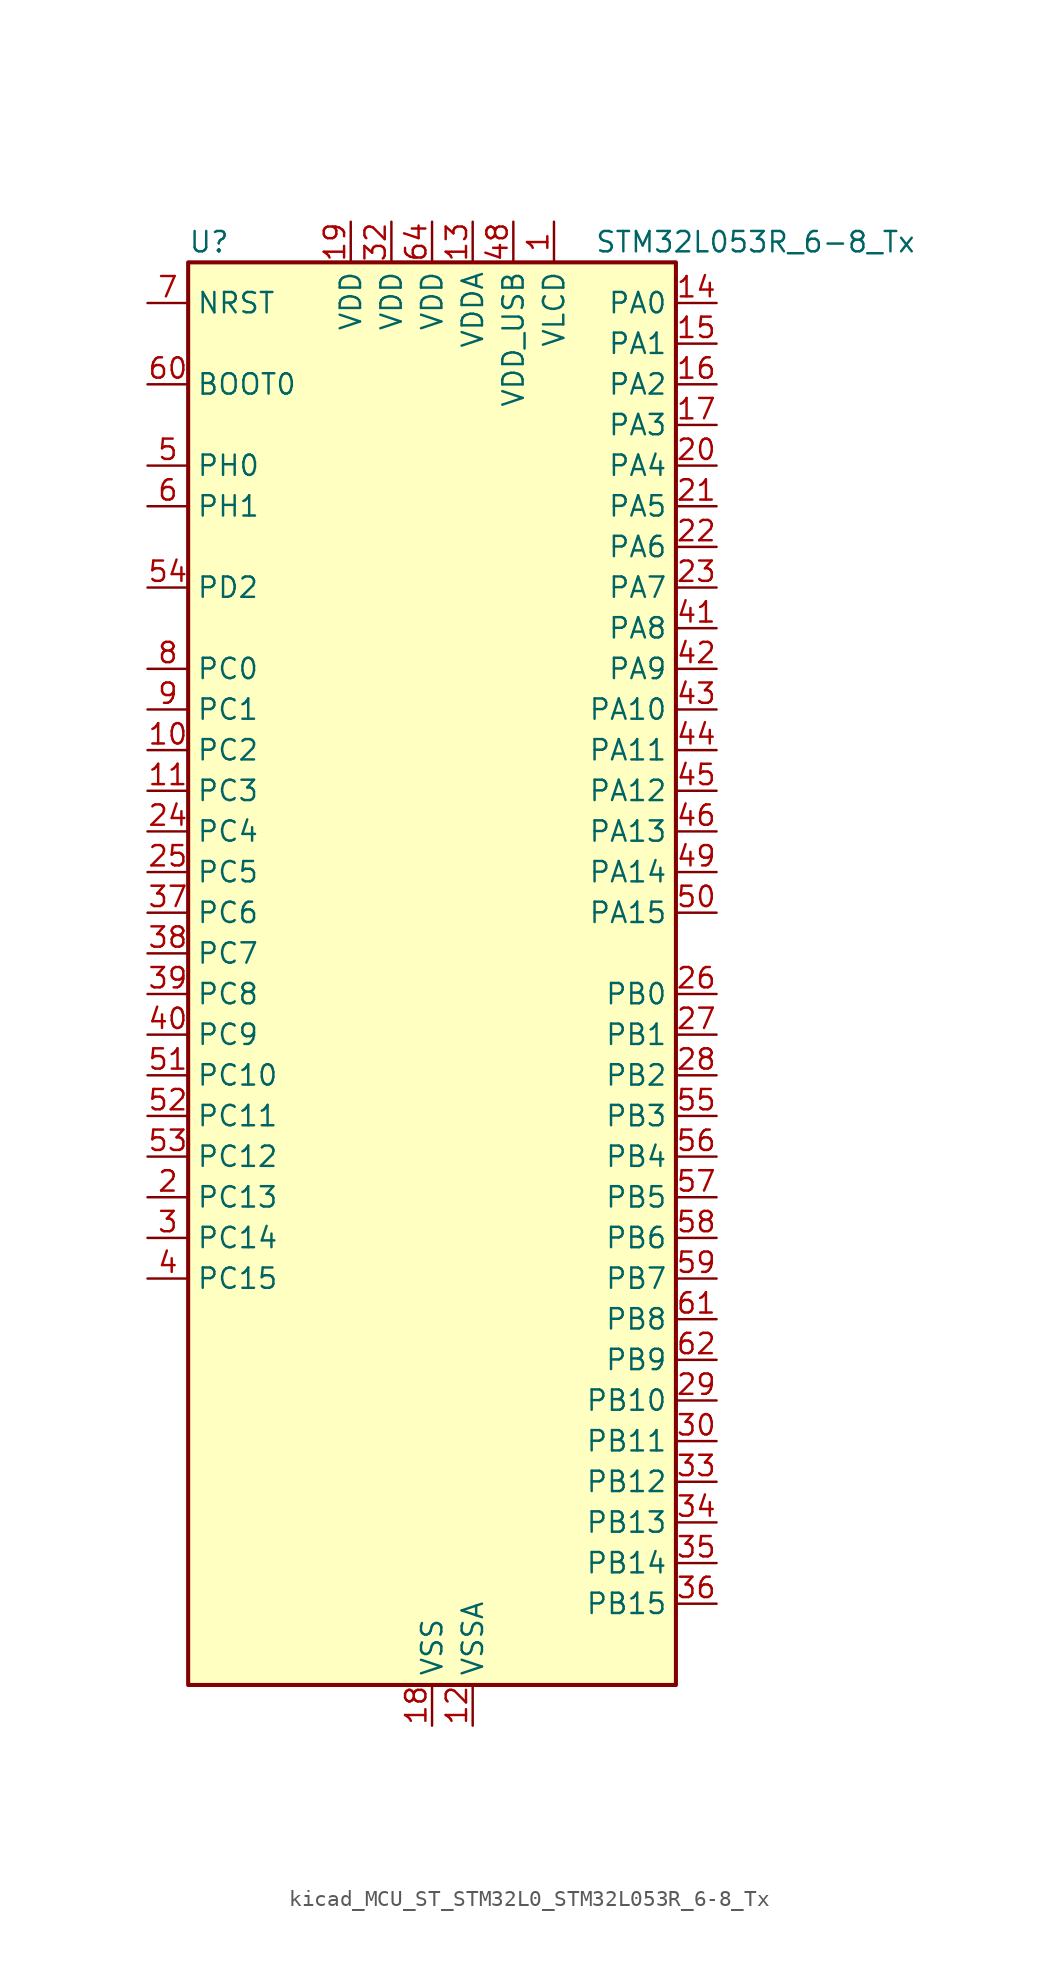
<source format=kicad_sym>
(kicad_symbol_lib
  (version 20220914)
  (generator kicad_symbol_editor)
  (symbol "kicad_MCU_ST_STM32L0_STM32L053R_6-8_Tx"
    (property "Reference" "U"
      (at -15.24 46.99 0)
      (effects (font (size 1.27 1.27)) (justify left)))
    (property "Value" "STM32L053R_6-8_Tx"
      (at 10.16 46.99 0)
      (effects (font (size 1.27 1.27)) (justify left)))
    (property "ki_locked" ""
      (at 0 0 0)
      (effects (font (size 1.27 1.27))))
    (symbol "kicad_MCU_ST_STM32L0_STM32L053R_6-8_Tx_0_1"
      (rectangle (start -15.24 -43.18) (end 15.24 45.72) (stroke (width 0.254) (type default)) (fill (type background))))
    (symbol "kicad_MCU_ST_STM32L0_STM32L053R_6-8_Tx_1_1"
      (pin power_in line (at 7.62 48.26 270) (length 2.54) (name "VLCD" (effects (font (size 1.27 1.27)))) (number "1" (effects (font (size 1.27 1.27)))))
      (pin bidirectional line (at -17.78 15.24 0) (length 2.54) (name "PC2" (effects (font (size 1.27 1.27)))) (number "10" (effects (font (size 1.27 1.27)))) (alternate "ADC_IN12" bidirectional line) (alternate "I2S2_MCK" bidirectional line) (alternate "LCD_SEG20" bidirectional line) (alternate "LPTIM1_IN2" bidirectional line) (alternate "SPI2_MISO" bidirectional line) (alternate "TSC_G7_IO3" bidirectional line))
      (pin bidirectional line (at -17.78 12.7 0) (length 2.54) (name "PC3" (effects (font (size 1.27 1.27)))) (number "11" (effects (font (size 1.27 1.27)))) (alternate "ADC_IN13" bidirectional line) (alternate "I2S2_SD" bidirectional line) (alternate "LCD_SEG21" bidirectional line) (alternate "LPTIM1_ETR" bidirectional line) (alternate "SPI2_MOSI" bidirectional line) (alternate "TSC_G7_IO4" bidirectional line))
      (pin power_in line (at 2.54 -45.72 90) (length 2.54) (name "VSSA" (effects (font (size 1.27 1.27)))) (number "12" (effects (font (size 1.27 1.27)))))
      (pin power_in line (at 2.54 48.26 270) (length 2.54) (name "VDDA" (effects (font (size 1.27 1.27)))) (number "13" (effects (font (size 1.27 1.27)))))
      (pin bidirectional line (at 17.78 43.18 180) (length 2.54) (name "PA0" (effects (font (size 1.27 1.27)))) (number "14" (effects (font (size 1.27 1.27)))) (alternate "ADC_IN0" bidirectional line) (alternate "COMP1_INM" bidirectional line) (alternate "COMP1_OUT" bidirectional line) (alternate "RTC_TAMP2" bidirectional line) (alternate "SYS_WKUP1" bidirectional line) (alternate "TIM2_CH1" bidirectional line) (alternate "TIM2_ETR" bidirectional line) (alternate "TSC_G1_IO1" bidirectional line) (alternate "USART2_CTS" bidirectional line))
      (pin bidirectional line (at 17.78 40.64 180) (length 2.54) (name "PA1" (effects (font (size 1.27 1.27)))) (number "15" (effects (font (size 1.27 1.27)))) (alternate "ADC_IN1" bidirectional line) (alternate "COMP1_INP" bidirectional line) (alternate "LCD_SEG0" bidirectional line) (alternate "TIM21_ETR" bidirectional line) (alternate "TIM2_CH2" bidirectional line) (alternate "TSC_G1_IO2" bidirectional line) (alternate "USART2_DE" bidirectional line) (alternate "USART2_RTS" bidirectional line))
      (pin bidirectional line (at 17.78 38.1 180) (length 2.54) (name "PA2" (effects (font (size 1.27 1.27)))) (number "16" (effects (font (size 1.27 1.27)))) (alternate "ADC_IN2" bidirectional line) (alternate "COMP2_INM" bidirectional line) (alternate "COMP2_OUT" bidirectional line) (alternate "LCD_SEG1" bidirectional line) (alternate "TIM21_CH1" bidirectional line) (alternate "TIM2_CH3" bidirectional line) (alternate "TSC_G1_IO3" bidirectional line) (alternate "USART2_TX" bidirectional line))
      (pin bidirectional line (at 17.78 35.56 180) (length 2.54) (name "PA3" (effects (font (size 1.27 1.27)))) (number "17" (effects (font (size 1.27 1.27)))) (alternate "ADC_IN3" bidirectional line) (alternate "COMP2_INP" bidirectional line) (alternate "LCD_SEG2" bidirectional line) (alternate "TIM21_CH2" bidirectional line) (alternate "TIM2_CH4" bidirectional line) (alternate "TSC_G1_IO4" bidirectional line) (alternate "USART2_RX" bidirectional line))
      (pin power_in line (at 0 -45.72 90) (length 2.54) (name "VSS" (effects (font (size 1.27 1.27)))) (number "18" (effects (font (size 1.27 1.27)))))
      (pin power_in line (at -5.08 48.26 270) (length 2.54) (name "VDD" (effects (font (size 1.27 1.27)))) (number "19" (effects (font (size 1.27 1.27)))))
      (pin bidirectional line (at -17.78 -12.7 0) (length 2.54) (name "PC13" (effects (font (size 1.27 1.27)))) (number "2" (effects (font (size 1.27 1.27)))) (alternate "RTC_OUT_ALARM" bidirectional line) (alternate "RTC_OUT_CALIB" bidirectional line) (alternate "RTC_TAMP1" bidirectional line) (alternate "RTC_TS" bidirectional line) (alternate "SYS_WKUP2" bidirectional line))
      (pin bidirectional line (at 17.78 33.02 180) (length 2.54) (name "PA4" (effects (font (size 1.27 1.27)))) (number "20" (effects (font (size 1.27 1.27)))) (alternate "ADC_IN4" bidirectional line) (alternate "COMP1_INM" bidirectional line) (alternate "COMP2_INM" bidirectional line) (alternate "DAC_OUT1" bidirectional line) (alternate "SPI1_NSS" bidirectional line) (alternate "TIM22_ETR" bidirectional line) (alternate "TSC_G2_IO1" bidirectional line) (alternate "USART2_CK" bidirectional line))
      (pin bidirectional line (at 17.78 30.48 180) (length 2.54) (name "PA5" (effects (font (size 1.27 1.27)))) (number "21" (effects (font (size 1.27 1.27)))) (alternate "ADC_IN5" bidirectional line) (alternate "COMP1_INM" bidirectional line) (alternate "COMP2_INM" bidirectional line) (alternate "SPI1_SCK" bidirectional line) (alternate "TIM2_CH1" bidirectional line) (alternate "TIM2_ETR" bidirectional line) (alternate "TSC_G2_IO2" bidirectional line))
      (pin bidirectional line (at 17.78 27.94 180) (length 2.54) (name "PA6" (effects (font (size 1.27 1.27)))) (number "22" (effects (font (size 1.27 1.27)))) (alternate "ADC_IN6" bidirectional line) (alternate "COMP1_OUT" bidirectional line) (alternate "LCD_SEG3" bidirectional line) (alternate "LPUART1_CTS" bidirectional line) (alternate "SPI1_MISO" bidirectional line) (alternate "TIM22_CH1" bidirectional line) (alternate "TSC_G2_IO3" bidirectional line))
      (pin bidirectional line (at 17.78 25.4 180) (length 2.54) (name "PA7" (effects (font (size 1.27 1.27)))) (number "23" (effects (font (size 1.27 1.27)))) (alternate "ADC_IN7" bidirectional line) (alternate "COMP2_OUT" bidirectional line) (alternate "LCD_SEG4" bidirectional line) (alternate "SPI1_MOSI" bidirectional line) (alternate "TIM22_CH2" bidirectional line) (alternate "TSC_G2_IO4" bidirectional line))
      (pin bidirectional line (at -17.78 10.16 0) (length 2.54) (name "PC4" (effects (font (size 1.27 1.27)))) (number "24" (effects (font (size 1.27 1.27)))) (alternate "ADC_IN14" bidirectional line) (alternate "LCD_SEG22" bidirectional line) (alternate "LPUART1_TX" bidirectional line))
      (pin bidirectional line (at -17.78 7.62 0) (length 2.54) (name "PC5" (effects (font (size 1.27 1.27)))) (number "25" (effects (font (size 1.27 1.27)))) (alternate "ADC_IN15" bidirectional line) (alternate "LCD_SEG23" bidirectional line) (alternate "LPUART1_RX" bidirectional line) (alternate "TSC_G3_IO1" bidirectional line))
      (pin bidirectional line (at 17.78 0 180) (length 2.54) (name "PB0" (effects (font (size 1.27 1.27)))) (number "26" (effects (font (size 1.27 1.27)))) (alternate "ADC_IN8" bidirectional line) (alternate "LCD_SEG5" bidirectional line) (alternate "LCD_VLCD3" bidirectional line) (alternate "SYS_VREF_OUT_PB0" bidirectional line) (alternate "TSC_G3_IO2" bidirectional line))
      (pin bidirectional line (at 17.78 -2.54 180) (length 2.54) (name "PB1" (effects (font (size 1.27 1.27)))) (number "27" (effects (font (size 1.27 1.27)))) (alternate "ADC_IN9" bidirectional line) (alternate "LCD_SEG6" bidirectional line) (alternate "LPUART1_DE" bidirectional line) (alternate "LPUART1_RTS" bidirectional line) (alternate "SYS_VREF_OUT_PB1" bidirectional line) (alternate "TSC_G3_IO3" bidirectional line))
      (pin bidirectional line (at 17.78 -5.08 180) (length 2.54) (name "PB2" (effects (font (size 1.27 1.27)))) (number "28" (effects (font (size 1.27 1.27)))) (alternate "LCD_VLCD1" bidirectional line) (alternate "LPTIM1_OUT" bidirectional line) (alternate "TSC_G3_IO4" bidirectional line))
      (pin bidirectional line (at 17.78 -25.4 180) (length 2.54) (name "PB10" (effects (font (size 1.27 1.27)))) (number "29" (effects (font (size 1.27 1.27)))) (alternate "I2C2_SCL" bidirectional line) (alternate "LCD_SEG10" bidirectional line) (alternate "LPUART1_TX" bidirectional line) (alternate "SPI2_SCK" bidirectional line) (alternate "TIM2_CH3" bidirectional line) (alternate "TSC_SYNC" bidirectional line))
      (pin bidirectional line (at -17.78 -15.24 0) (length 2.54) (name "PC14" (effects (font (size 1.27 1.27)))) (number "3" (effects (font (size 1.27 1.27)))) (alternate "RCC_OSC32_IN" bidirectional line))
      (pin bidirectional line (at 17.78 -27.94 180) (length 2.54) (name "PB11" (effects (font (size 1.27 1.27)))) (number "30" (effects (font (size 1.27 1.27)))) (alternate "ADC_EXTI11" bidirectional line) (alternate "I2C2_SDA" bidirectional line) (alternate "LCD_SEG11" bidirectional line) (alternate "LPUART1_RX" bidirectional line) (alternate "TIM2_CH4" bidirectional line) (alternate "TSC_G6_IO1" bidirectional line))
      (pin passive line (at 0 -45.72 90) (length 2.54) hide (name "VSS" (effects (font (size 1.27 1.27)))) (number "31" (effects (font (size 1.27 1.27)))))
      (pin power_in line (at -2.54 48.26 270) (length 2.54) (name "VDD" (effects (font (size 1.27 1.27)))) (number "32" (effects (font (size 1.27 1.27)))))
      (pin bidirectional line (at 17.78 -30.48 180) (length 2.54) (name "PB12" (effects (font (size 1.27 1.27)))) (number "33" (effects (font (size 1.27 1.27)))) (alternate "I2S2_WS" bidirectional line) (alternate "LCD_SEG12" bidirectional line) (alternate "LCD_VLCD2" bidirectional line) (alternate "LPUART1_DE" bidirectional line) (alternate "LPUART1_RTS" bidirectional line) (alternate "SPI2_NSS" bidirectional line) (alternate "TSC_G6_IO2" bidirectional line))
      (pin bidirectional line (at 17.78 -33.02 180) (length 2.54) (name "PB13" (effects (font (size 1.27 1.27)))) (number "34" (effects (font (size 1.27 1.27)))) (alternate "I2C2_SCL" bidirectional line) (alternate "I2S2_CK" bidirectional line) (alternate "LCD_SEG13" bidirectional line) (alternate "LPUART1_CTS" bidirectional line) (alternate "SPI2_SCK" bidirectional line) (alternate "TIM21_CH1" bidirectional line) (alternate "TSC_G6_IO3" bidirectional line))
      (pin bidirectional line (at 17.78 -35.56 180) (length 2.54) (name "PB14" (effects (font (size 1.27 1.27)))) (number "35" (effects (font (size 1.27 1.27)))) (alternate "I2C2_SDA" bidirectional line) (alternate "I2S2_MCK" bidirectional line) (alternate "LCD_SEG14" bidirectional line) (alternate "LPUART1_DE" bidirectional line) (alternate "LPUART1_RTS" bidirectional line) (alternate "RTC_OUT_ALARM" bidirectional line) (alternate "RTC_OUT_CALIB" bidirectional line) (alternate "SPI2_MISO" bidirectional line) (alternate "TIM21_CH2" bidirectional line) (alternate "TSC_G6_IO4" bidirectional line))
      (pin bidirectional line (at 17.78 -38.1 180) (length 2.54) (name "PB15" (effects (font (size 1.27 1.27)))) (number "36" (effects (font (size 1.27 1.27)))) (alternate "I2S2_SD" bidirectional line) (alternate "LCD_SEG15" bidirectional line) (alternate "RTC_REFIN" bidirectional line) (alternate "SPI2_MOSI" bidirectional line))
      (pin bidirectional line (at -17.78 5.08 0) (length 2.54) (name "PC6" (effects (font (size 1.27 1.27)))) (number "37" (effects (font (size 1.27 1.27)))) (alternate "LCD_SEG24" bidirectional line) (alternate "TIM22_CH1" bidirectional line) (alternate "TSC_G8_IO1" bidirectional line))
      (pin bidirectional line (at -17.78 2.54 0) (length 2.54) (name "PC7" (effects (font (size 1.27 1.27)))) (number "38" (effects (font (size 1.27 1.27)))) (alternate "LCD_SEG25" bidirectional line) (alternate "TIM22_CH2" bidirectional line) (alternate "TSC_G8_IO2" bidirectional line))
      (pin bidirectional line (at -17.78 0 0) (length 2.54) (name "PC8" (effects (font (size 1.27 1.27)))) (number "39" (effects (font (size 1.27 1.27)))) (alternate "LCD_SEG26" bidirectional line) (alternate "TIM22_ETR" bidirectional line) (alternate "TSC_G8_IO3" bidirectional line))
      (pin bidirectional line (at -17.78 -17.78 0) (length 2.54) (name "PC15" (effects (font (size 1.27 1.27)))) (number "4" (effects (font (size 1.27 1.27)))) (alternate "RCC_OSC32_OUT" bidirectional line))
      (pin bidirectional line (at -17.78 -2.54 0) (length 2.54) (name "PC9" (effects (font (size 1.27 1.27)))) (number "40" (effects (font (size 1.27 1.27)))) (alternate "DAC_EXTI9" bidirectional line) (alternate "LCD_SEG27" bidirectional line) (alternate "TIM21_ETR" bidirectional line) (alternate "TSC_G8_IO4" bidirectional line) (alternate "USB_NOE" bidirectional line))
      (pin bidirectional line (at 17.78 22.86 180) (length 2.54) (name "PA8" (effects (font (size 1.27 1.27)))) (number "41" (effects (font (size 1.27 1.27)))) (alternate "CRS_SYNC" bidirectional line) (alternate "LCD_COM0" bidirectional line) (alternate "RCC_MCO" bidirectional line) (alternate "USART1_CK" bidirectional line))
      (pin bidirectional line (at 17.78 20.32 180) (length 2.54) (name "PA9" (effects (font (size 1.27 1.27)))) (number "42" (effects (font (size 1.27 1.27)))) (alternate "DAC_EXTI9" bidirectional line) (alternate "LCD_COM1" bidirectional line) (alternate "RCC_MCO" bidirectional line) (alternate "TSC_G4_IO1" bidirectional line) (alternate "USART1_TX" bidirectional line))
      (pin bidirectional line (at 17.78 17.78 180) (length 2.54) (name "PA10" (effects (font (size 1.27 1.27)))) (number "43" (effects (font (size 1.27 1.27)))) (alternate "LCD_COM2" bidirectional line) (alternate "TSC_G4_IO2" bidirectional line) (alternate "USART1_RX" bidirectional line))
      (pin bidirectional line (at 17.78 15.24 180) (length 2.54) (name "PA11" (effects (font (size 1.27 1.27)))) (number "44" (effects (font (size 1.27 1.27)))) (alternate "ADC_EXTI11" bidirectional line) (alternate "COMP1_OUT" bidirectional line) (alternate "SPI1_MISO" bidirectional line) (alternate "TSC_G4_IO3" bidirectional line) (alternate "USART1_CTS" bidirectional line) (alternate "USB_DM" bidirectional line))
      (pin bidirectional line (at 17.78 12.7 180) (length 2.54) (name "PA12" (effects (font (size 1.27 1.27)))) (number "45" (effects (font (size 1.27 1.27)))) (alternate "COMP2_OUT" bidirectional line) (alternate "SPI1_MOSI" bidirectional line) (alternate "TSC_G4_IO4" bidirectional line) (alternate "USART1_DE" bidirectional line) (alternate "USART1_RTS" bidirectional line) (alternate "USB_DP" bidirectional line))
      (pin bidirectional line (at 17.78 10.16 180) (length 2.54) (name "PA13" (effects (font (size 1.27 1.27)))) (number "46" (effects (font (size 1.27 1.27)))) (alternate "SYS_SWDIO" bidirectional line) (alternate "USB_NOE" bidirectional line))
      (pin passive line (at 0 -45.72 90) (length 2.54) hide (name "VSS" (effects (font (size 1.27 1.27)))) (number "47" (effects (font (size 1.27 1.27)))))
      (pin power_in line (at 5.08 48.26 270) (length 2.54) (name "VDD_USB" (effects (font (size 1.27 1.27)))) (number "48" (effects (font (size 1.27 1.27)))))
      (pin bidirectional line (at 17.78 7.62 180) (length 2.54) (name "PA14" (effects (font (size 1.27 1.27)))) (number "49" (effects (font (size 1.27 1.27)))) (alternate "SYS_SWCLK" bidirectional line) (alternate "USART2_TX" bidirectional line))
      (pin bidirectional line (at -17.78 33.02 0) (length 2.54) (name "PH0" (effects (font (size 1.27 1.27)))) (number "5" (effects (font (size 1.27 1.27)))) (alternate "CRS_SYNC" bidirectional line) (alternate "RCC_OSC_IN" bidirectional line))
      (pin bidirectional line (at 17.78 5.08 180) (length 2.54) (name "PA15" (effects (font (size 1.27 1.27)))) (number "50" (effects (font (size 1.27 1.27)))) (alternate "LCD_SEG17" bidirectional line) (alternate "SPI1_NSS" bidirectional line) (alternate "TIM2_CH1" bidirectional line) (alternate "TIM2_ETR" bidirectional line) (alternate "USART2_RX" bidirectional line))
      (pin bidirectional line (at -17.78 -5.08 0) (length 2.54) (name "PC10" (effects (font (size 1.27 1.27)))) (number "51" (effects (font (size 1.27 1.27)))) (alternate "LCD_COM4" bidirectional line) (alternate "LCD_SEG28" bidirectional line) (alternate "LPUART1_TX" bidirectional line))
      (pin bidirectional line (at -17.78 -7.62 0) (length 2.54) (name "PC11" (effects (font (size 1.27 1.27)))) (number "52" (effects (font (size 1.27 1.27)))) (alternate "ADC_EXTI11" bidirectional line) (alternate "LCD_COM5" bidirectional line) (alternate "LCD_SEG29" bidirectional line) (alternate "LPUART1_RX" bidirectional line))
      (pin bidirectional line (at -17.78 -10.16 0) (length 2.54) (name "PC12" (effects (font (size 1.27 1.27)))) (number "53" (effects (font (size 1.27 1.27)))) (alternate "LCD_COM6" bidirectional line) (alternate "LCD_SEG30" bidirectional line))
      (pin bidirectional line (at -17.78 25.4 0) (length 2.54) (name "PD2" (effects (font (size 1.27 1.27)))) (number "54" (effects (font (size 1.27 1.27)))) (alternate "LCD_COM7" bidirectional line) (alternate "LCD_SEG31" bidirectional line) (alternate "LPUART1_DE" bidirectional line) (alternate "LPUART1_RTS" bidirectional line))
      (pin bidirectional line (at 17.78 -7.62 180) (length 2.54) (name "PB3" (effects (font (size 1.27 1.27)))) (number "55" (effects (font (size 1.27 1.27)))) (alternate "COMP2_INM" bidirectional line) (alternate "LCD_SEG7" bidirectional line) (alternate "SPI1_SCK" bidirectional line) (alternate "TIM2_CH2" bidirectional line) (alternate "TSC_G5_IO1" bidirectional line))
      (pin bidirectional line (at 17.78 -10.16 180) (length 2.54) (name "PB4" (effects (font (size 1.27 1.27)))) (number "56" (effects (font (size 1.27 1.27)))) (alternate "COMP2_INP" bidirectional line) (alternate "LCD_SEG8" bidirectional line) (alternate "SPI1_MISO" bidirectional line) (alternate "TIM22_CH1" bidirectional line) (alternate "TSC_G5_IO2" bidirectional line))
      (pin bidirectional line (at 17.78 -12.7 180) (length 2.54) (name "PB5" (effects (font (size 1.27 1.27)))) (number "57" (effects (font (size 1.27 1.27)))) (alternate "COMP2_INP" bidirectional line) (alternate "I2C1_SMBA" bidirectional line) (alternate "LCD_SEG9" bidirectional line) (alternate "LPTIM1_IN1" bidirectional line) (alternate "SPI1_MOSI" bidirectional line) (alternate "TIM22_CH2" bidirectional line))
      (pin bidirectional line (at 17.78 -15.24 180) (length 2.54) (name "PB6" (effects (font (size 1.27 1.27)))) (number "58" (effects (font (size 1.27 1.27)))) (alternate "COMP2_INP" bidirectional line) (alternate "I2C1_SCL" bidirectional line) (alternate "LPTIM1_ETR" bidirectional line) (alternate "TSC_G5_IO3" bidirectional line) (alternate "USART1_TX" bidirectional line))
      (pin bidirectional line (at 17.78 -17.78 180) (length 2.54) (name "PB7" (effects (font (size 1.27 1.27)))) (number "59" (effects (font (size 1.27 1.27)))) (alternate "COMP2_INP" bidirectional line) (alternate "I2C1_SDA" bidirectional line) (alternate "LPTIM1_IN2" bidirectional line) (alternate "SYS_PVD_IN" bidirectional line) (alternate "TSC_G5_IO4" bidirectional line) (alternate "USART1_RX" bidirectional line))
      (pin bidirectional line (at -17.78 30.48 0) (length 2.54) (name "PH1" (effects (font (size 1.27 1.27)))) (number "6" (effects (font (size 1.27 1.27)))) (alternate "RCC_OSC_OUT" bidirectional line))
      (pin input line (at -17.78 38.1 0) (length 2.54) (name "BOOT0" (effects (font (size 1.27 1.27)))) (number "60" (effects (font (size 1.27 1.27)))))
      (pin bidirectional line (at 17.78 -20.32 180) (length 2.54) (name "PB8" (effects (font (size 1.27 1.27)))) (number "61" (effects (font (size 1.27 1.27)))) (alternate "I2C1_SCL" bidirectional line) (alternate "LCD_SEG16" bidirectional line) (alternate "TSC_SYNC" bidirectional line))
      (pin bidirectional line (at 17.78 -22.86 180) (length 2.54) (name "PB9" (effects (font (size 1.27 1.27)))) (number "62" (effects (font (size 1.27 1.27)))) (alternate "DAC_EXTI9" bidirectional line) (alternate "I2C1_SDA" bidirectional line) (alternate "I2S2_WS" bidirectional line) (alternate "LCD_COM3" bidirectional line) (alternate "SPI2_NSS" bidirectional line))
      (pin passive line (at 0 -45.72 90) (length 2.54) hide (name "VSS" (effects (font (size 1.27 1.27)))) (number "63" (effects (font (size 1.27 1.27)))))
      (pin power_in line (at 0 48.26 270) (length 2.54) (name "VDD" (effects (font (size 1.27 1.27)))) (number "64" (effects (font (size 1.27 1.27)))))
      (pin input line (at -17.78 43.18 0) (length 2.54) (name "NRST" (effects (font (size 1.27 1.27)))) (number "7" (effects (font (size 1.27 1.27)))))
      (pin bidirectional line (at -17.78 20.32 0) (length 2.54) (name "PC0" (effects (font (size 1.27 1.27)))) (number "8" (effects (font (size 1.27 1.27)))) (alternate "ADC_IN10" bidirectional line) (alternate "LCD_SEG18" bidirectional line) (alternate "LPTIM1_IN1" bidirectional line) (alternate "TSC_G7_IO1" bidirectional line))
      (pin bidirectional line (at -17.78 17.78 0) (length 2.54) (name "PC1" (effects (font (size 1.27 1.27)))) (number "9" (effects (font (size 1.27 1.27)))) (alternate "ADC_IN11" bidirectional line) (alternate "LCD_SEG19" bidirectional line) (alternate "LPTIM1_OUT" bidirectional line) (alternate "TSC_G7_IO2" bidirectional line)))))
</source>
